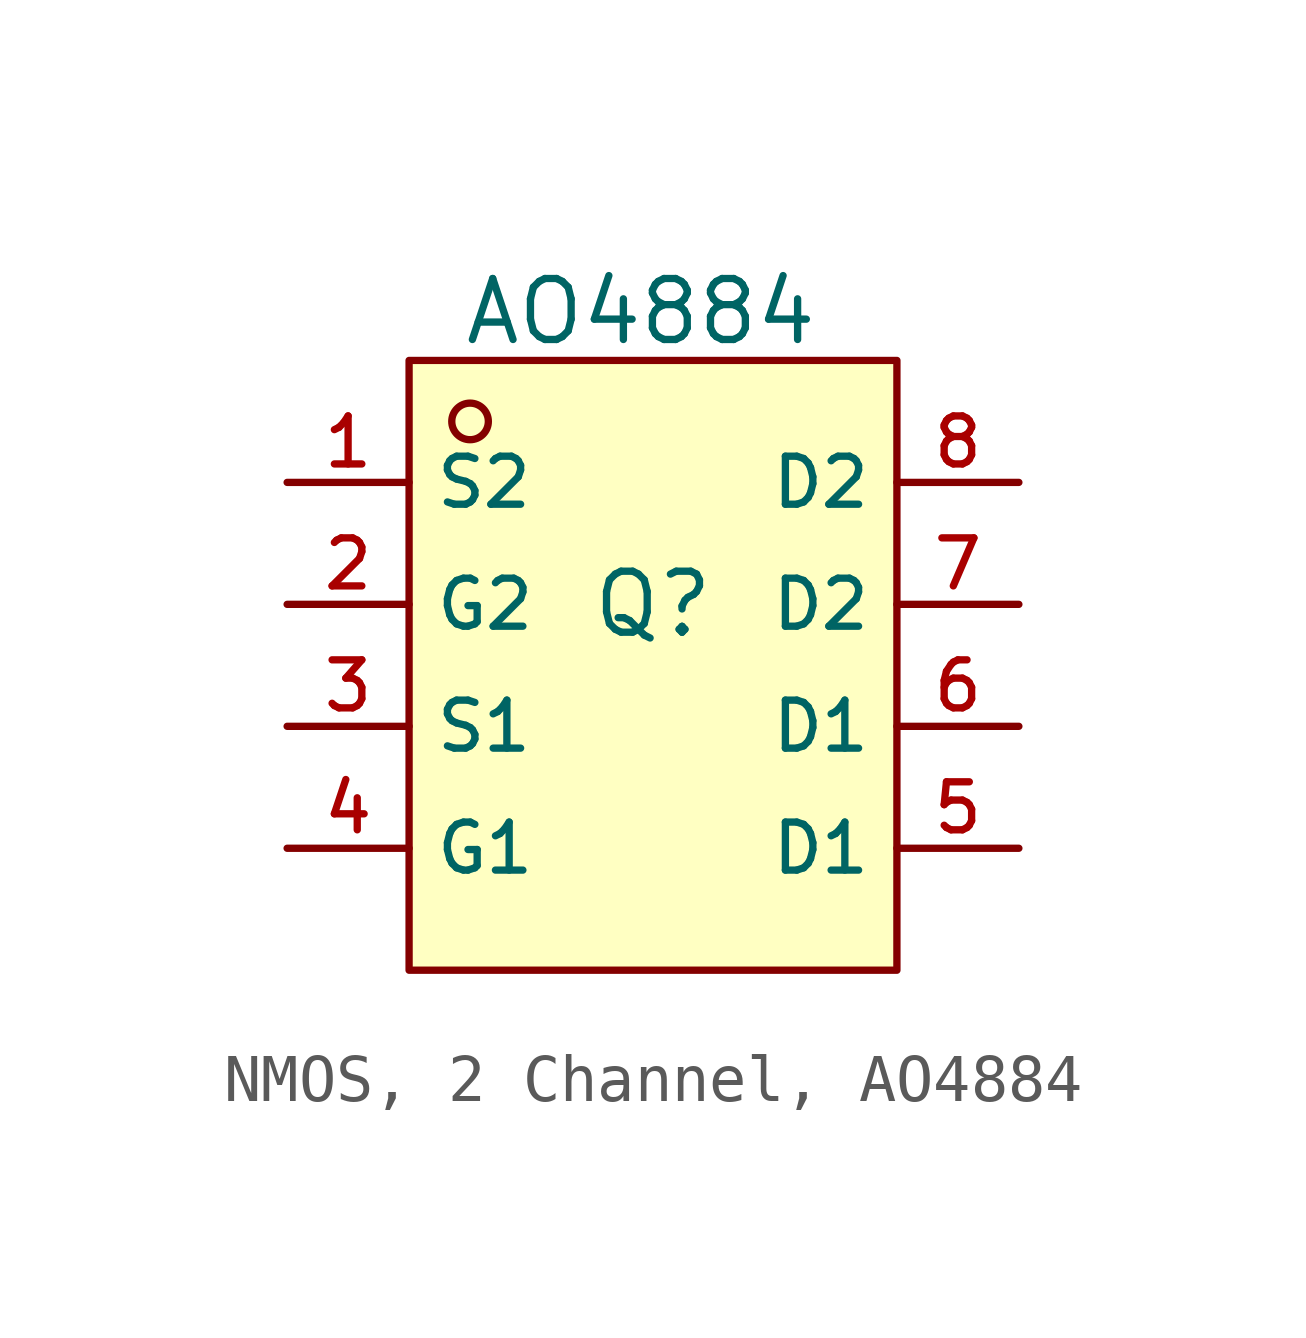
<source format=kicad_sym>
(kicad_symbol_lib
  (version 20231120)
  (generator "CDFER_Archive_Tool")
  (generator_version "0.0")
  (symbol "NMOS, 2 Channel, AO4884"
    (property "Reference" "Q"
      (at 0 2.54 0)
      (effects (font (size 1.27 1.27))))
    (property "Value" "AO4884"
      (at -0.254 8.636 0)
      (effects (font (size 1.27 1.27))))
    (symbol "NMOS, 2 Channel, AO4884_0_1"
      (rectangle (start -5.08 7.62) (end 5.08 -5.08) (stroke (width 0) (type default)) (fill (type background)))
      (circle (center -3.81 6.35) (radius 0.381) (stroke (width 0) (type default)) (fill (type background)))
      (pin unspecified line (at -7.62 5.08 0) (length 2.54) (name "S2" (effects (font (size 1 1)))) (number "1" (effects (font (size 1 1)))))
      (pin unspecified line (at -7.62 2.54 0) (length 2.54) (name "G2" (effects (font (size 1 1)))) (number "2" (effects (font (size 1 1)))))
      (pin unspecified line (at -7.62 0 0) (length 2.54) (name "S1" (effects (font (size 1 1)))) (number "3" (effects (font (size 1 1)))))
      (pin unspecified line (at -7.62 -2.54 0) (length 2.54) (name "G1" (effects (font (size 1 1)))) (number "4" (effects (font (size 1 1)))))
      (pin unspecified line (at 7.62 -2.54 180) (length 2.54) (name "D1" (effects (font (size 1 1)))) (number "5" (effects (font (size 1 1)))))
      (pin unspecified line (at 7.62 0 180) (length 2.54) (name "D1" (effects (font (size 1 1)))) (number "6" (effects (font (size 1 1)))))
      (pin unspecified line (at 7.62 2.54 180) (length 2.54) (name "D2" (effects (font (size 1 1)))) (number "7" (effects (font (size 1 1)))))
      (pin unspecified line (at 7.62 5.08 180) (length 2.54) (name "D2" (effects (font (size 1 1)))) (number "8" (effects (font (size 1 1))))))))
</source>
